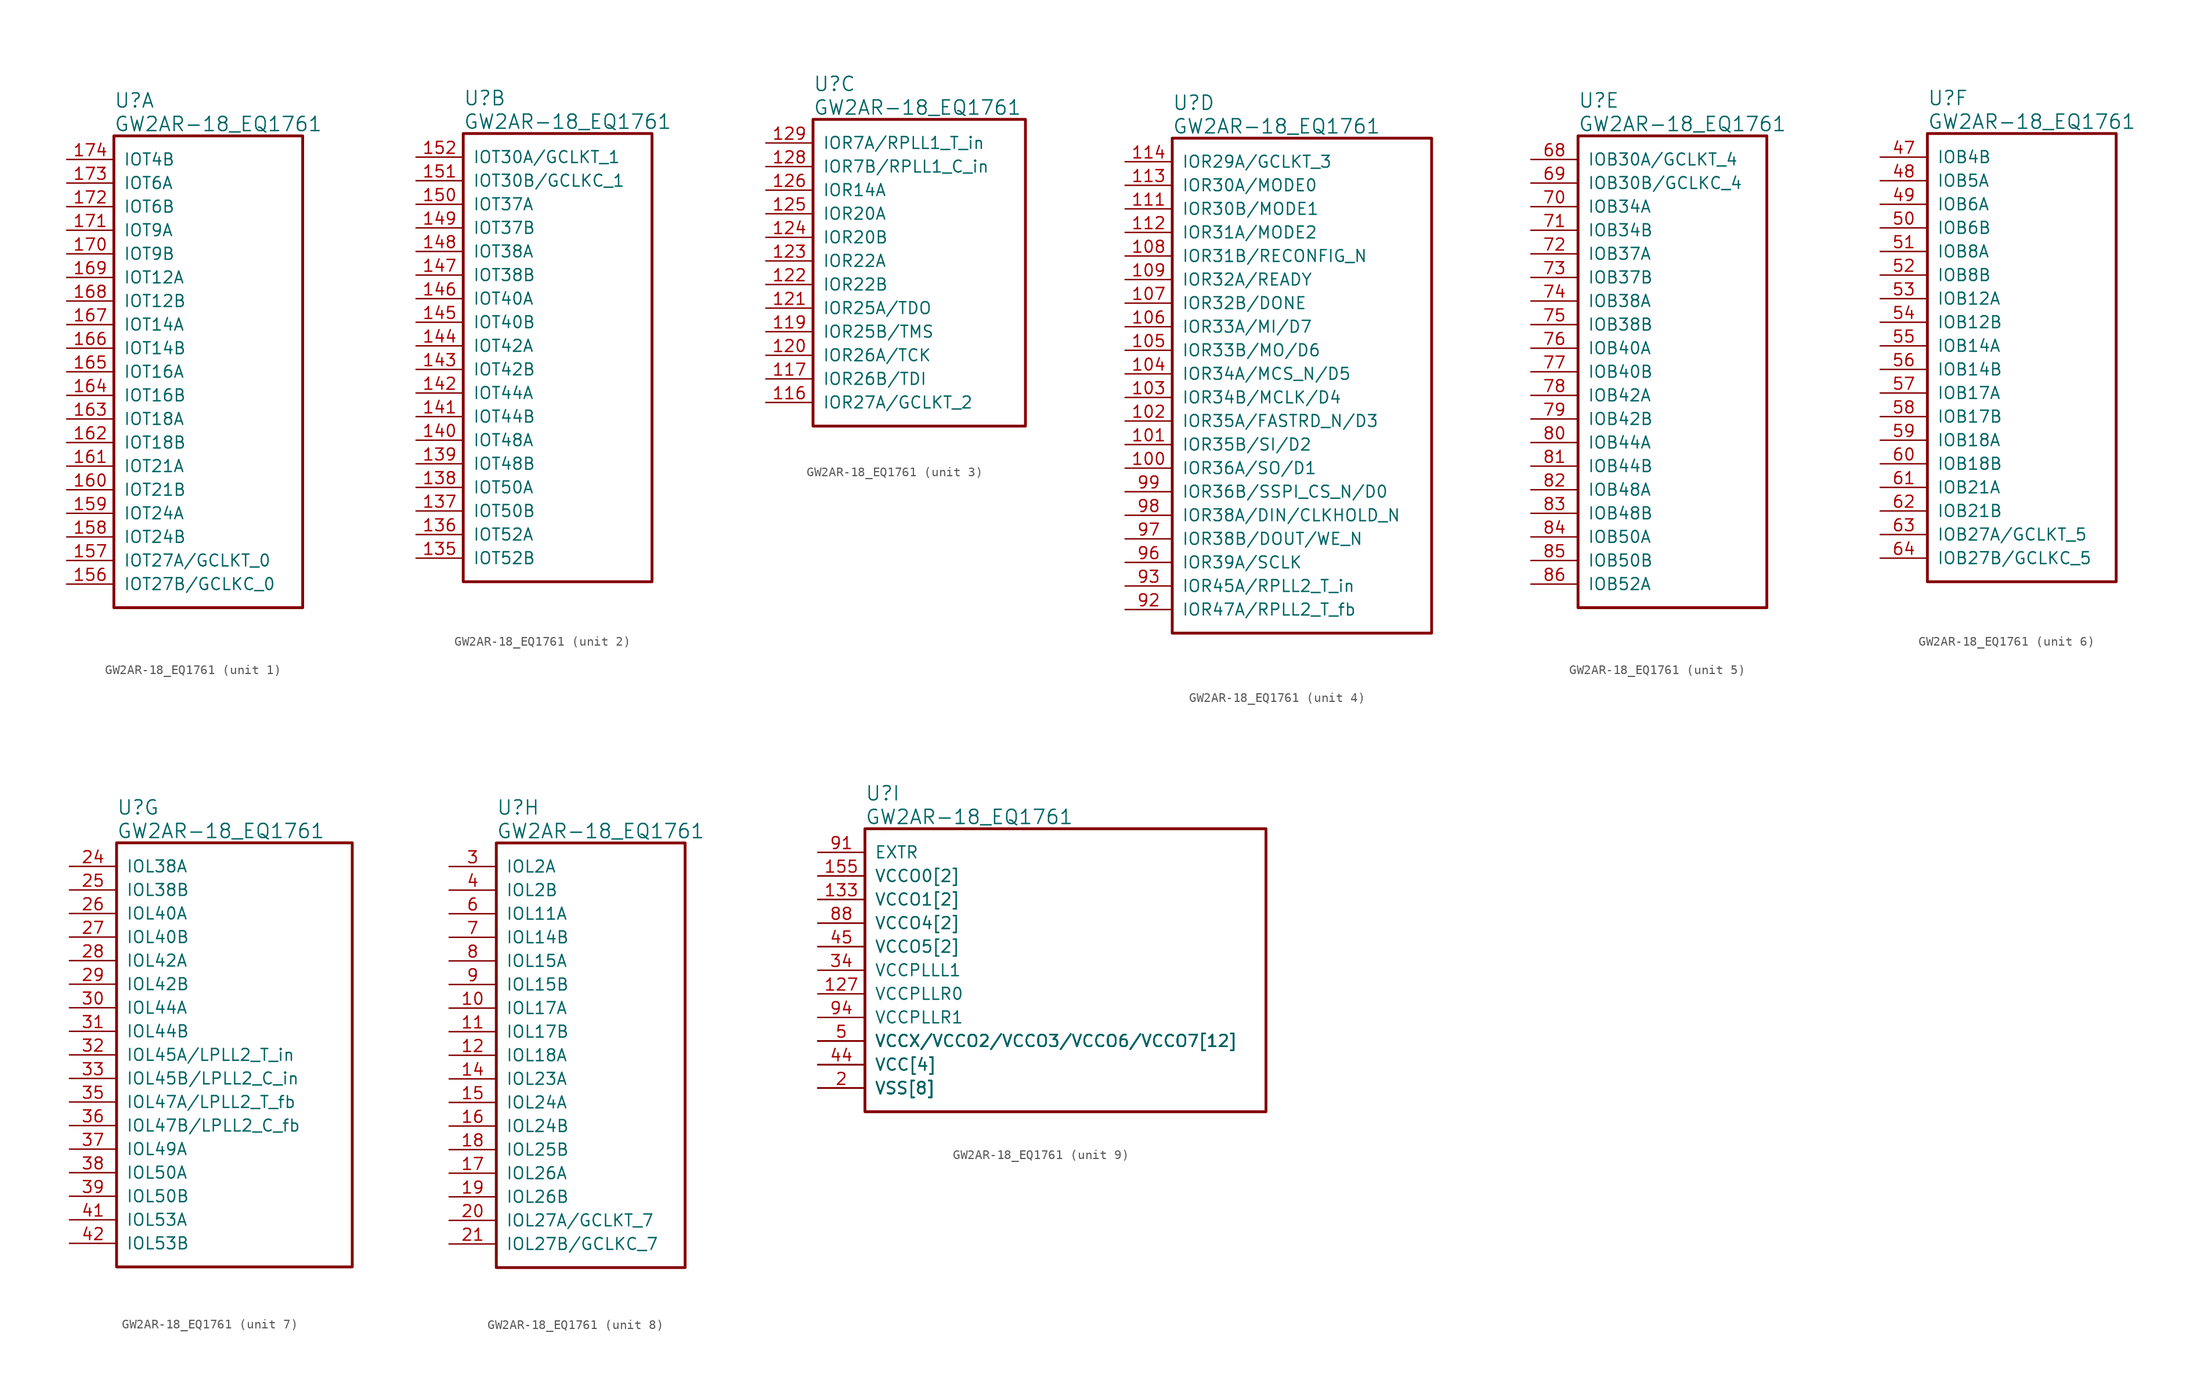
<source format=kicad_sym>
(kicad_symbol_lib
  (version 20220914)
  (generator kicad_symbol_editor)
  (symbol "GW2AR-18_EQ1761"
    (pin_names
      (offset 1.016))
    (property "Reference" "U"
      (at 5.08 6.35 0)
      (effects (font (size 1.524 1.524)) (justify left)))
    (property "Value" "GW2AR-18_EQ1761"
      (at 5.08 3.81 0)
      (effects (font (size 1.524 1.524)) (justify left)))
    (property "ki_locked" ""
      (at 0 0 0)
      (effects (font (size 1.27 1.27))))
    (symbol "GW2AR-18_EQ1761_1_1"
      (rectangle (start 5.08 2.54) (end 25.4 -48.26) (stroke (width 0.305) (type solid)) (fill (type none)))
      (pin bidirectional line (at 0 -45.72 0) (length 5.08) (name "IOT27B/GCLKC_0" (effects (font (size 1.27 1.27)))) (number "156" (effects (font (size 1.27 1.27)))))
      (pin bidirectional line (at 0 -43.18 0) (length 5.08) (name "IOT27A/GCLKT_0" (effects (font (size 1.27 1.27)))) (number "157" (effects (font (size 1.27 1.27)))))
      (pin bidirectional line (at 0 -40.64 0) (length 5.08) (name "IOT24B" (effects (font (size 1.27 1.27)))) (number "158" (effects (font (size 1.27 1.27)))))
      (pin bidirectional line (at 0 -38.1 0) (length 5.08) (name "IOT24A" (effects (font (size 1.27 1.27)))) (number "159" (effects (font (size 1.27 1.27)))))
      (pin bidirectional line (at 0 -35.56 0) (length 5.08) (name "IOT21B" (effects (font (size 1.27 1.27)))) (number "160" (effects (font (size 1.27 1.27)))))
      (pin bidirectional line (at 0 -33.02 0) (length 5.08) (name "IOT21A" (effects (font (size 1.27 1.27)))) (number "161" (effects (font (size 1.27 1.27)))))
      (pin bidirectional line (at 0 -30.48 0) (length 5.08) (name "IOT18B" (effects (font (size 1.27 1.27)))) (number "162" (effects (font (size 1.27 1.27)))))
      (pin bidirectional line (at 0 -27.94 0) (length 5.08) (name "IOT18A" (effects (font (size 1.27 1.27)))) (number "163" (effects (font (size 1.27 1.27)))))
      (pin bidirectional line (at 0 -25.4 0) (length 5.08) (name "IOT16B" (effects (font (size 1.27 1.27)))) (number "164" (effects (font (size 1.27 1.27)))))
      (pin bidirectional line (at 0 -22.86 0) (length 5.08) (name "IOT16A" (effects (font (size 1.27 1.27)))) (number "165" (effects (font (size 1.27 1.27)))))
      (pin bidirectional line (at 0 -20.32 0) (length 5.08) (name "IOT14B" (effects (font (size 1.27 1.27)))) (number "166" (effects (font (size 1.27 1.27)))))
      (pin bidirectional line (at 0 -17.78 0) (length 5.08) (name "IOT14A" (effects (font (size 1.27 1.27)))) (number "167" (effects (font (size 1.27 1.27)))))
      (pin bidirectional line (at 0 -15.24 0) (length 5.08) (name "IOT12B" (effects (font (size 1.27 1.27)))) (number "168" (effects (font (size 1.27 1.27)))))
      (pin bidirectional line (at 0 -12.7 0) (length 5.08) (name "IOT12A" (effects (font (size 1.27 1.27)))) (number "169" (effects (font (size 1.27 1.27)))))
      (pin bidirectional line (at 0 -10.16 0) (length 5.08) (name "IOT9B" (effects (font (size 1.27 1.27)))) (number "170" (effects (font (size 1.27 1.27)))))
      (pin bidirectional line (at 0 -7.62 0) (length 5.08) (name "IOT9A" (effects (font (size 1.27 1.27)))) (number "171" (effects (font (size 1.27 1.27)))))
      (pin bidirectional line (at 0 -5.08 0) (length 5.08) (name "IOT6B" (effects (font (size 1.27 1.27)))) (number "172" (effects (font (size 1.27 1.27)))))
      (pin bidirectional line (at 0 -2.54 0) (length 5.08) (name "IOT6A" (effects (font (size 1.27 1.27)))) (number "173" (effects (font (size 1.27 1.27)))))
      (pin bidirectional line (at 0 0 0) (length 5.08) (name "IOT4B" (effects (font (size 1.27 1.27)))) (number "174" (effects (font (size 1.27 1.27))))))
    (symbol "GW2AR-18_EQ1761_2_1"
      (rectangle (start 5.08 2.54) (end 25.4 -45.72) (stroke (width 0.305) (type solid)) (fill (type none)))
      (pin bidirectional line (at 0 -43.18 0) (length 5.08) (name "IOT52B" (effects (font (size 1.27 1.27)))) (number "135" (effects (font (size 1.27 1.27)))))
      (pin bidirectional line (at 0 -40.64 0) (length 5.08) (name "IOT52A" (effects (font (size 1.27 1.27)))) (number "136" (effects (font (size 1.27 1.27)))))
      (pin bidirectional line (at 0 -38.1 0) (length 5.08) (name "IOT50B" (effects (font (size 1.27 1.27)))) (number "137" (effects (font (size 1.27 1.27)))))
      (pin bidirectional line (at 0 -35.56 0) (length 5.08) (name "IOT50A" (effects (font (size 1.27 1.27)))) (number "138" (effects (font (size 1.27 1.27)))))
      (pin bidirectional line (at 0 -33.02 0) (length 5.08) (name "IOT48B" (effects (font (size 1.27 1.27)))) (number "139" (effects (font (size 1.27 1.27)))))
      (pin bidirectional line (at 0 -30.48 0) (length 5.08) (name "IOT48A" (effects (font (size 1.27 1.27)))) (number "140" (effects (font (size 1.27 1.27)))))
      (pin bidirectional line (at 0 -27.94 0) (length 5.08) (name "IOT44B" (effects (font (size 1.27 1.27)))) (number "141" (effects (font (size 1.27 1.27)))))
      (pin bidirectional line (at 0 -25.4 0) (length 5.08) (name "IOT44A" (effects (font (size 1.27 1.27)))) (number "142" (effects (font (size 1.27 1.27)))))
      (pin bidirectional line (at 0 -22.86 0) (length 5.08) (name "IOT42B" (effects (font (size 1.27 1.27)))) (number "143" (effects (font (size 1.27 1.27)))))
      (pin bidirectional line (at 0 -20.32 0) (length 5.08) (name "IOT42A" (effects (font (size 1.27 1.27)))) (number "144" (effects (font (size 1.27 1.27)))))
      (pin bidirectional line (at 0 -17.78 0) (length 5.08) (name "IOT40B" (effects (font (size 1.27 1.27)))) (number "145" (effects (font (size 1.27 1.27)))))
      (pin bidirectional line (at 0 -15.24 0) (length 5.08) (name "IOT40A" (effects (font (size 1.27 1.27)))) (number "146" (effects (font (size 1.27 1.27)))))
      (pin bidirectional line (at 0 -12.7 0) (length 5.08) (name "IOT38B" (effects (font (size 1.27 1.27)))) (number "147" (effects (font (size 1.27 1.27)))))
      (pin bidirectional line (at 0 -10.16 0) (length 5.08) (name "IOT38A" (effects (font (size 1.27 1.27)))) (number "148" (effects (font (size 1.27 1.27)))))
      (pin bidirectional line (at 0 -7.62 0) (length 5.08) (name "IOT37B" (effects (font (size 1.27 1.27)))) (number "149" (effects (font (size 1.27 1.27)))))
      (pin bidirectional line (at 0 -5.08 0) (length 5.08) (name "IOT37A" (effects (font (size 1.27 1.27)))) (number "150" (effects (font (size 1.27 1.27)))))
      (pin bidirectional line (at 0 -2.54 0) (length 5.08) (name "IOT30B/GCLKC_1" (effects (font (size 1.27 1.27)))) (number "151" (effects (font (size 1.27 1.27)))))
      (pin bidirectional line (at 0 0 0) (length 5.08) (name "IOT30A/GCLKT_1" (effects (font (size 1.27 1.27)))) (number "152" (effects (font (size 1.27 1.27))))))
    (symbol "GW2AR-18_EQ1761_3_1"
      (rectangle (start 5.08 2.54) (end 27.94 -30.48) (stroke (width 0.305) (type solid)) (fill (type none)))
      (pin bidirectional line (at 0 -27.94 0) (length 5.08) (name "IOR27A/GCLKT_2" (effects (font (size 1.27 1.27)))) (number "116" (effects (font (size 1.27 1.27)))))
      (pin bidirectional line (at 0 -25.4 0) (length 5.08) (name "IOR26B/TDI" (effects (font (size 1.27 1.27)))) (number "117" (effects (font (size 1.27 1.27)))))
      (pin bidirectional line (at 0 -20.32 0) (length 5.08) (name "IOR25B/TMS" (effects (font (size 1.27 1.27)))) (number "119" (effects (font (size 1.27 1.27)))))
      (pin bidirectional line (at 0 -22.86 0) (length 5.08) (name "IOR26A/TCK" (effects (font (size 1.27 1.27)))) (number "120" (effects (font (size 1.27 1.27)))))
      (pin bidirectional line (at 0 -17.78 0) (length 5.08) (name "IOR25A/TDO" (effects (font (size 1.27 1.27)))) (number "121" (effects (font (size 1.27 1.27)))))
      (pin bidirectional line (at 0 -15.24 0) (length 5.08) (name "IOR22B" (effects (font (size 1.27 1.27)))) (number "122" (effects (font (size 1.27 1.27)))))
      (pin bidirectional line (at 0 -12.7 0) (length 5.08) (name "IOR22A" (effects (font (size 1.27 1.27)))) (number "123" (effects (font (size 1.27 1.27)))))
      (pin bidirectional line (at 0 -10.16 0) (length 5.08) (name "IOR20B" (effects (font (size 1.27 1.27)))) (number "124" (effects (font (size 1.27 1.27)))))
      (pin bidirectional line (at 0 -7.62 0) (length 5.08) (name "IOR20A" (effects (font (size 1.27 1.27)))) (number "125" (effects (font (size 1.27 1.27)))))
      (pin bidirectional line (at 0 -5.08 0) (length 5.08) (name "IOR14A" (effects (font (size 1.27 1.27)))) (number "126" (effects (font (size 1.27 1.27)))))
      (pin bidirectional line (at 0 -2.54 0) (length 5.08) (name "IOR7B/RPLL1_C_in" (effects (font (size 1.27 1.27)))) (number "128" (effects (font (size 1.27 1.27)))))
      (pin bidirectional line (at 0 0 0) (length 5.08) (name "IOR7A/RPLL1_T_in" (effects (font (size 1.27 1.27)))) (number "129" (effects (font (size 1.27 1.27))))))
    (symbol "GW2AR-18_EQ1761_4_1"
      (rectangle (start 5.08 2.54) (end 33.02 -50.8) (stroke (width 0.305) (type solid)) (fill (type none)))
      (pin bidirectional line (at 0 -33.02 0) (length 5.08) (name "IOR36A/SO/D1" (effects (font (size 1.27 1.27)))) (number "100" (effects (font (size 1.27 1.27)))))
      (pin bidirectional line (at 0 -30.48 0) (length 5.08) (name "IOR35B/SI/D2" (effects (font (size 1.27 1.27)))) (number "101" (effects (font (size 1.27 1.27)))))
      (pin bidirectional line (at 0 -27.94 0) (length 5.08) (name "IOR35A/FASTRD_N/D3" (effects (font (size 1.27 1.27)))) (number "102" (effects (font (size 1.27 1.27)))))
      (pin bidirectional line (at 0 -25.4 0) (length 5.08) (name "IOR34B/MCLK/D4" (effects (font (size 1.27 1.27)))) (number "103" (effects (font (size 1.27 1.27)))))
      (pin bidirectional line (at 0 -22.86 0) (length 5.08) (name "IOR34A/MCS_N/D5" (effects (font (size 1.27 1.27)))) (number "104" (effects (font (size 1.27 1.27)))))
      (pin bidirectional line (at 0 -20.32 0) (length 5.08) (name "IOR33B/MO/D6" (effects (font (size 1.27 1.27)))) (number "105" (effects (font (size 1.27 1.27)))))
      (pin bidirectional line (at 0 -17.78 0) (length 5.08) (name "IOR33A/MI/D7" (effects (font (size 1.27 1.27)))) (number "106" (effects (font (size 1.27 1.27)))))
      (pin bidirectional line (at 0 -15.24 0) (length 5.08) (name "IOR32B/DONE" (effects (font (size 1.27 1.27)))) (number "107" (effects (font (size 1.27 1.27)))))
      (pin bidirectional line (at 0 -10.16 0) (length 5.08) (name "IOR31B/RECONFIG_N" (effects (font (size 1.27 1.27)))) (number "108" (effects (font (size 1.27 1.27)))))
      (pin bidirectional line (at 0 -12.7 0) (length 5.08) (name "IOR32A/READY" (effects (font (size 1.27 1.27)))) (number "109" (effects (font (size 1.27 1.27)))))
      (pin bidirectional line (at 0 -5.08 0) (length 5.08) (name "IOR30B/MODE1" (effects (font (size 1.27 1.27)))) (number "111" (effects (font (size 1.27 1.27)))))
      (pin bidirectional line (at 0 -7.62 0) (length 5.08) (name "IOR31A/MODE2" (effects (font (size 1.27 1.27)))) (number "112" (effects (font (size 1.27 1.27)))))
      (pin bidirectional line (at 0 -2.54 0) (length 5.08) (name "IOR30A/MODE0" (effects (font (size 1.27 1.27)))) (number "113" (effects (font (size 1.27 1.27)))))
      (pin bidirectional line (at 0 0 0) (length 5.08) (name "IOR29A/GCLKT_3" (effects (font (size 1.27 1.27)))) (number "114" (effects (font (size 1.27 1.27)))))
      (pin bidirectional line (at 0 -48.26 0) (length 5.08) (name "IOR47A/RPLL2_T_fb" (effects (font (size 1.27 1.27)))) (number "92" (effects (font (size 1.27 1.27)))))
      (pin bidirectional line (at 0 -45.72 0) (length 5.08) (name "IOR45A/RPLL2_T_in" (effects (font (size 1.27 1.27)))) (number "93" (effects (font (size 1.27 1.27)))))
      (pin bidirectional line (at 0 -43.18 0) (length 5.08) (name "IOR39A/SCLK" (effects (font (size 1.27 1.27)))) (number "96" (effects (font (size 1.27 1.27)))))
      (pin bidirectional line (at 0 -40.64 0) (length 5.08) (name "IOR38B/DOUT/WE_N" (effects (font (size 1.27 1.27)))) (number "97" (effects (font (size 1.27 1.27)))))
      (pin bidirectional line (at 0 -38.1 0) (length 5.08) (name "IOR38A/DIN/CLKHOLD_N" (effects (font (size 1.27 1.27)))) (number "98" (effects (font (size 1.27 1.27)))))
      (pin bidirectional line (at 0 -35.56 0) (length 5.08) (name "IOR36B/SSPI_CS_N/D0" (effects (font (size 1.27 1.27)))) (number "99" (effects (font (size 1.27 1.27))))))
    (symbol "GW2AR-18_EQ1761_5_1"
      (rectangle (start 5.08 2.54) (end 25.4 -48.26) (stroke (width 0.305) (type solid)) (fill (type none)))
      (pin bidirectional line (at 0 0 0) (length 5.08) (name "IOB30A/GCLKT_4" (effects (font (size 1.27 1.27)))) (number "68" (effects (font (size 1.27 1.27)))))
      (pin bidirectional line (at 0 -2.54 0) (length 5.08) (name "IOB30B/GCLKC_4" (effects (font (size 1.27 1.27)))) (number "69" (effects (font (size 1.27 1.27)))))
      (pin bidirectional line (at 0 -5.08 0) (length 5.08) (name "IOB34A" (effects (font (size 1.27 1.27)))) (number "70" (effects (font (size 1.27 1.27)))))
      (pin bidirectional line (at 0 -7.62 0) (length 5.08) (name "IOB34B" (effects (font (size 1.27 1.27)))) (number "71" (effects (font (size 1.27 1.27)))))
      (pin bidirectional line (at 0 -10.16 0) (length 5.08) (name "IOB37A" (effects (font (size 1.27 1.27)))) (number "72" (effects (font (size 1.27 1.27)))))
      (pin bidirectional line (at 0 -12.7 0) (length 5.08) (name "IOB37B" (effects (font (size 1.27 1.27)))) (number "73" (effects (font (size 1.27 1.27)))))
      (pin bidirectional line (at 0 -15.24 0) (length 5.08) (name "IOB38A" (effects (font (size 1.27 1.27)))) (number "74" (effects (font (size 1.27 1.27)))))
      (pin bidirectional line (at 0 -17.78 0) (length 5.08) (name "IOB38B" (effects (font (size 1.27 1.27)))) (number "75" (effects (font (size 1.27 1.27)))))
      (pin bidirectional line (at 0 -20.32 0) (length 5.08) (name "IOB40A" (effects (font (size 1.27 1.27)))) (number "76" (effects (font (size 1.27 1.27)))))
      (pin bidirectional line (at 0 -22.86 0) (length 5.08) (name "IOB40B" (effects (font (size 1.27 1.27)))) (number "77" (effects (font (size 1.27 1.27)))))
      (pin bidirectional line (at 0 -25.4 0) (length 5.08) (name "IOB42A" (effects (font (size 1.27 1.27)))) (number "78" (effects (font (size 1.27 1.27)))))
      (pin bidirectional line (at 0 -27.94 0) (length 5.08) (name "IOB42B" (effects (font (size 1.27 1.27)))) (number "79" (effects (font (size 1.27 1.27)))))
      (pin bidirectional line (at 0 -30.48 0) (length 5.08) (name "IOB44A" (effects (font (size 1.27 1.27)))) (number "80" (effects (font (size 1.27 1.27)))))
      (pin bidirectional line (at 0 -33.02 0) (length 5.08) (name "IOB44B" (effects (font (size 1.27 1.27)))) (number "81" (effects (font (size 1.27 1.27)))))
      (pin bidirectional line (at 0 -35.56 0) (length 5.08) (name "IOB48A" (effects (font (size 1.27 1.27)))) (number "82" (effects (font (size 1.27 1.27)))))
      (pin bidirectional line (at 0 -38.1 0) (length 5.08) (name "IOB48B" (effects (font (size 1.27 1.27)))) (number "83" (effects (font (size 1.27 1.27)))))
      (pin bidirectional line (at 0 -40.64 0) (length 5.08) (name "IOB50A" (effects (font (size 1.27 1.27)))) (number "84" (effects (font (size 1.27 1.27)))))
      (pin bidirectional line (at 0 -43.18 0) (length 5.08) (name "IOB50B" (effects (font (size 1.27 1.27)))) (number "85" (effects (font (size 1.27 1.27)))))
      (pin bidirectional line (at 0 -45.72 0) (length 5.08) (name "IOB52A" (effects (font (size 1.27 1.27)))) (number "86" (effects (font (size 1.27 1.27))))))
    (symbol "GW2AR-18_EQ1761_6_1"
      (rectangle (start 5.08 2.54) (end 25.4 -45.72) (stroke (width 0.305) (type solid)) (fill (type none)))
      (pin bidirectional line (at 0 0 0) (length 5.08) (name "IOB4B" (effects (font (size 1.27 1.27)))) (number "47" (effects (font (size 1.27 1.27)))))
      (pin bidirectional line (at 0 -2.54 0) (length 5.08) (name "IOB5A" (effects (font (size 1.27 1.27)))) (number "48" (effects (font (size 1.27 1.27)))))
      (pin bidirectional line (at 0 -5.08 0) (length 5.08) (name "IOB6A" (effects (font (size 1.27 1.27)))) (number "49" (effects (font (size 1.27 1.27)))))
      (pin bidirectional line (at 0 -7.62 0) (length 5.08) (name "IOB6B" (effects (font (size 1.27 1.27)))) (number "50" (effects (font (size 1.27 1.27)))))
      (pin bidirectional line (at 0 -10.16 0) (length 5.08) (name "IOB8A" (effects (font (size 1.27 1.27)))) (number "51" (effects (font (size 1.27 1.27)))))
      (pin bidirectional line (at 0 -12.7 0) (length 5.08) (name "IOB8B" (effects (font (size 1.27 1.27)))) (number "52" (effects (font (size 1.27 1.27)))))
      (pin bidirectional line (at 0 -15.24 0) (length 5.08) (name "IOB12A" (effects (font (size 1.27 1.27)))) (number "53" (effects (font (size 1.27 1.27)))))
      (pin bidirectional line (at 0 -17.78 0) (length 5.08) (name "IOB12B" (effects (font (size 1.27 1.27)))) (number "54" (effects (font (size 1.27 1.27)))))
      (pin bidirectional line (at 0 -20.32 0) (length 5.08) (name "IOB14A" (effects (font (size 1.27 1.27)))) (number "55" (effects (font (size 1.27 1.27)))))
      (pin bidirectional line (at 0 -22.86 0) (length 5.08) (name "IOB14B" (effects (font (size 1.27 1.27)))) (number "56" (effects (font (size 1.27 1.27)))))
      (pin bidirectional line (at 0 -25.4 0) (length 5.08) (name "IOB17A" (effects (font (size 1.27 1.27)))) (number "57" (effects (font (size 1.27 1.27)))))
      (pin bidirectional line (at 0 -27.94 0) (length 5.08) (name "IOB17B" (effects (font (size 1.27 1.27)))) (number "58" (effects (font (size 1.27 1.27)))))
      (pin bidirectional line (at 0 -30.48 0) (length 5.08) (name "IOB18A" (effects (font (size 1.27 1.27)))) (number "59" (effects (font (size 1.27 1.27)))))
      (pin bidirectional line (at 0 -33.02 0) (length 5.08) (name "IOB18B" (effects (font (size 1.27 1.27)))) (number "60" (effects (font (size 1.27 1.27)))))
      (pin bidirectional line (at 0 -35.56 0) (length 5.08) (name "IOB21A" (effects (font (size 1.27 1.27)))) (number "61" (effects (font (size 1.27 1.27)))))
      (pin bidirectional line (at 0 -38.1 0) (length 5.08) (name "IOB21B" (effects (font (size 1.27 1.27)))) (number "62" (effects (font (size 1.27 1.27)))))
      (pin bidirectional line (at 0 -40.64 0) (length 5.08) (name "IOB27A/GCLKT_5" (effects (font (size 1.27 1.27)))) (number "63" (effects (font (size 1.27 1.27)))))
      (pin bidirectional line (at 0 -43.18 0) (length 5.08) (name "IOB27B/GCLKC_5" (effects (font (size 1.27 1.27)))) (number "64" (effects (font (size 1.27 1.27))))))
    (symbol "GW2AR-18_EQ1761_7_1"
      (rectangle (start 5.08 2.54) (end 30.48 -43.18) (stroke (width 0.305) (type solid)) (fill (type none)))
      (pin bidirectional line (at 0 0 0) (length 5.08) (name "IOL38A" (effects (font (size 1.27 1.27)))) (number "24" (effects (font (size 1.27 1.27)))))
      (pin bidirectional line (at 0 -2.54 0) (length 5.08) (name "IOL38B" (effects (font (size 1.27 1.27)))) (number "25" (effects (font (size 1.27 1.27)))))
      (pin bidirectional line (at 0 -5.08 0) (length 5.08) (name "IOL40A" (effects (font (size 1.27 1.27)))) (number "26" (effects (font (size 1.27 1.27)))))
      (pin bidirectional line (at 0 -7.62 0) (length 5.08) (name "IOL40B" (effects (font (size 1.27 1.27)))) (number "27" (effects (font (size 1.27 1.27)))))
      (pin bidirectional line (at 0 -10.16 0) (length 5.08) (name "IOL42A" (effects (font (size 1.27 1.27)))) (number "28" (effects (font (size 1.27 1.27)))))
      (pin bidirectional line (at 0 -12.7 0) (length 5.08) (name "IOL42B" (effects (font (size 1.27 1.27)))) (number "29" (effects (font (size 1.27 1.27)))))
      (pin bidirectional line (at 0 -15.24 0) (length 5.08) (name "IOL44A" (effects (font (size 1.27 1.27)))) (number "30" (effects (font (size 1.27 1.27)))))
      (pin bidirectional line (at 0 -17.78 0) (length 5.08) (name "IOL44B" (effects (font (size 1.27 1.27)))) (number "31" (effects (font (size 1.27 1.27)))))
      (pin bidirectional line (at 0 -20.32 0) (length 5.08) (name "IOL45A/LPLL2_T_in" (effects (font (size 1.27 1.27)))) (number "32" (effects (font (size 1.27 1.27)))))
      (pin bidirectional line (at 0 -22.86 0) (length 5.08) (name "IOL45B/LPLL2_C_in" (effects (font (size 1.27 1.27)))) (number "33" (effects (font (size 1.27 1.27)))))
      (pin bidirectional line (at 0 -25.4 0) (length 5.08) (name "IOL47A/LPLL2_T_fb" (effects (font (size 1.27 1.27)))) (number "35" (effects (font (size 1.27 1.27)))))
      (pin bidirectional line (at 0 -27.94 0) (length 5.08) (name "IOL47B/LPLL2_C_fb" (effects (font (size 1.27 1.27)))) (number "36" (effects (font (size 1.27 1.27)))))
      (pin bidirectional line (at 0 -30.48 0) (length 5.08) (name "IOL49A" (effects (font (size 1.27 1.27)))) (number "37" (effects (font (size 1.27 1.27)))))
      (pin bidirectional line (at 0 -33.02 0) (length 5.08) (name "IOL50A" (effects (font (size 1.27 1.27)))) (number "38" (effects (font (size 1.27 1.27)))))
      (pin bidirectional line (at 0 -35.56 0) (length 5.08) (name "IOL50B" (effects (font (size 1.27 1.27)))) (number "39" (effects (font (size 1.27 1.27)))))
      (pin bidirectional line (at 0 -38.1 0) (length 5.08) (name "IOL53A" (effects (font (size 1.27 1.27)))) (number "41" (effects (font (size 1.27 1.27)))))
      (pin bidirectional line (at 0 -40.64 0) (length 5.08) (name "IOL53B" (effects (font (size 1.27 1.27)))) (number "42" (effects (font (size 1.27 1.27))))))
    (symbol "GW2AR-18_EQ1761_8_1"
      (rectangle (start 5.08 2.54) (end 25.4 -43.18) (stroke (width 0.305) (type solid)) (fill (type none)))
      (pin bidirectional line (at 0 -15.24 0) (length 5.08) (name "IOL17A" (effects (font (size 1.27 1.27)))) (number "10" (effects (font (size 1.27 1.27)))))
      (pin bidirectional line (at 0 -17.78 0) (length 5.08) (name "IOL17B" (effects (font (size 1.27 1.27)))) (number "11" (effects (font (size 1.27 1.27)))))
      (pin bidirectional line (at 0 -20.32 0) (length 5.08) (name "IOL18A" (effects (font (size 1.27 1.27)))) (number "12" (effects (font (size 1.27 1.27)))))
      (pin bidirectional line (at 0 -22.86 0) (length 5.08) (name "IOL23A" (effects (font (size 1.27 1.27)))) (number "14" (effects (font (size 1.27 1.27)))))
      (pin bidirectional line (at 0 -25.4 0) (length 5.08) (name "IOL24A" (effects (font (size 1.27 1.27)))) (number "15" (effects (font (size 1.27 1.27)))))
      (pin bidirectional line (at 0 -27.94 0) (length 5.08) (name "IOL24B" (effects (font (size 1.27 1.27)))) (number "16" (effects (font (size 1.27 1.27)))))
      (pin bidirectional line (at 0 -33.02 0) (length 5.08) (name "IOL26A" (effects (font (size 1.27 1.27)))) (number "17" (effects (font (size 1.27 1.27)))))
      (pin bidirectional line (at 0 -30.48 0) (length 5.08) (name "IOL25B" (effects (font (size 1.27 1.27)))) (number "18" (effects (font (size 1.27 1.27)))))
      (pin bidirectional line (at 0 -35.56 0) (length 5.08) (name "IOL26B" (effects (font (size 1.27 1.27)))) (number "19" (effects (font (size 1.27 1.27)))))
      (pin bidirectional line (at 0 -38.1 0) (length 5.08) (name "IOL27A/GCLKT_7" (effects (font (size 1.27 1.27)))) (number "20" (effects (font (size 1.27 1.27)))))
      (pin bidirectional line (at 0 -40.64 0) (length 5.08) (name "IOL27B/GCLKC_7" (effects (font (size 1.27 1.27)))) (number "21" (effects (font (size 1.27 1.27)))))
      (pin bidirectional line (at 0 0 0) (length 5.08) (name "IOL2A" (effects (font (size 1.27 1.27)))) (number "3" (effects (font (size 1.27 1.27)))))
      (pin bidirectional line (at 0 -2.54 0) (length 5.08) (name "IOL2B" (effects (font (size 1.27 1.27)))) (number "4" (effects (font (size 1.27 1.27)))))
      (pin bidirectional line (at 0 -5.08 0) (length 5.08) (name "IOL11A" (effects (font (size 1.27 1.27)))) (number "6" (effects (font (size 1.27 1.27)))))
      (pin bidirectional line (at 0 -7.62 0) (length 5.08) (name "IOL14B" (effects (font (size 1.27 1.27)))) (number "7" (effects (font (size 1.27 1.27)))))
      (pin bidirectional line (at 0 -10.16 0) (length 5.08) (name "IOL15A" (effects (font (size 1.27 1.27)))) (number "8" (effects (font (size 1.27 1.27)))))
      (pin bidirectional line (at 0 -12.7 0) (length 5.08) (name "IOL15B" (effects (font (size 1.27 1.27)))) (number "9" (effects (font (size 1.27 1.27))))))
    (symbol "GW2AR-18_EQ1761_9_1"
      (rectangle (start 5.08 2.54) (end 48.26 -27.94) (stroke (width 0.305) (type solid)) (fill (type none)))
      (pin power_in line (at 0 -22.86 0) (length 5.08) (name "VCC[4]" (effects (font (size 1.27 1.27)))) (number "1" (effects (font (size 0 0)))))
      (pin power_in line (at 0 -20.32 0) (length 5.08) (name "VCCX/VCCO2/VCCO3/VCCO6/VCCO7[12]" (effects (font (size 1.27 1.27)))) (number "110" (effects (font (size 0 0)))))
      (pin power_in line (at 0 -20.32 0) (length 5.08) (name "VCCX/VCCO2/VCCO3/VCCO6/VCCO7[12]" (effects (font (size 1.27 1.27)))) (number "115" (effects (font (size 0 0)))))
      (pin power_in line (at 0 -20.32 0) (length 5.08) (name "VCCX/VCCO2/VCCO3/VCCO6/VCCO7[12]" (effects (font (size 1.27 1.27)))) (number "118" (effects (font (size 0 0)))))
      (pin power_in line (at 0 -15.24 0) (length 5.08) (name "VCCPLLR0" (effects (font (size 1.27 1.27)))) (number "127" (effects (font (size 1.27 1.27)))))
      (pin power_in line (at 0 -20.32 0) (length 5.08) (name "VCCX/VCCO2/VCCO3/VCCO6/VCCO7[12]" (effects (font (size 1.27 1.27)))) (number "13" (effects (font (size 0 0)))))
      (pin power_in line (at 0 -20.32 0) (length 5.08) (name "VCCX/VCCO2/VCCO3/VCCO6/VCCO7[12]" (effects (font (size 1.27 1.27)))) (number "130" (effects (font (size 0 0)))))
      (pin power_in line (at 0 -25.4 0) (length 5.08) (name "VSS[8]" (effects (font (size 1.27 1.27)))) (number "131" (effects (font (size 0 0)))))
      (pin power_in line (at 0 -22.86 0) (length 5.08) (name "VCC[4]" (effects (font (size 1.27 1.27)))) (number "132" (effects (font (size 0 0)))))
      (pin power_in line (at 0 -5.08 0) (length 5.08) (name "VCCO1[2]" (effects (font (size 1.27 1.27)))) (number "133" (effects (font (size 1.27 1.27)))))
      (pin power_in line (at 0 -25.4 0) (length 5.08) (name "VSS[8]" (effects (font (size 1.27 1.27)))) (number "134" (effects (font (size 0 0)))))
      (pin power_in line (at 0 -5.08 0) (length 5.08) (name "VCCO1[2]" (effects (font (size 1.27 1.27)))) (number "153" (effects (font (size 0 0)))))
      (pin power_in line (at 0 -20.32 0) (length 5.08) (name "VCCX/VCCO2/VCCO3/VCCO6/VCCO7[12]" (effects (font (size 1.27 1.27)))) (number "154" (effects (font (size 0 0)))))
      (pin power_in line (at 0 -2.54 0) (length 5.08) (name "VCCO0[2]" (effects (font (size 1.27 1.27)))) (number "155" (effects (font (size 1.27 1.27)))))
      (pin power_in line (at 0 -25.4 0) (length 5.08) (name "VSS[8]" (effects (font (size 1.27 1.27)))) (number "175" (effects (font (size 0 0)))))
      (pin power_in line (at 0 -2.54 0) (length 5.08) (name "VCCO0[2]" (effects (font (size 1.27 1.27)))) (number "176" (effects (font (size 0 0)))))
      (pin power_in line (at 0 -25.4 0) (length 5.08) (name "VSS[8]" (effects (font (size 1.27 1.27)))) (number "2" (effects (font (size 1.27 1.27)))))
      (pin power_in line (at 0 -20.32 0) (length 5.08) (name "VCCX/VCCO2/VCCO3/VCCO6/VCCO7[12]" (effects (font (size 1.27 1.27)))) (number "22" (effects (font (size 0 0)))))
      (pin power_in line (at 0 -20.32 0) (length 5.08) (name "VCCX/VCCO2/VCCO3/VCCO6/VCCO7[12]" (effects (font (size 1.27 1.27)))) (number "23" (effects (font (size 0 0)))))
      (pin power_in line (at 0 -12.7 0) (length 5.08) (name "VCCPLLL1" (effects (font (size 1.27 1.27)))) (number "34" (effects (font (size 1.27 1.27)))))
      (pin power_in line (at 0 -20.32 0) (length 5.08) (name "VCCX/VCCO2/VCCO3/VCCO6/VCCO7[12]" (effects (font (size 1.27 1.27)))) (number "40" (effects (font (size 0 0)))))
      (pin power_in line (at 0 -25.4 0) (length 5.08) (name "VSS[8]" (effects (font (size 1.27 1.27)))) (number "43" (effects (font (size 0 0)))))
      (pin power_in line (at 0 -22.86 0) (length 5.08) (name "VCC[4]" (effects (font (size 1.27 1.27)))) (number "44" (effects (font (size 1.27 1.27)))))
      (pin power_in line (at 0 -10.16 0) (length 5.08) (name "VCCO5[2]" (effects (font (size 1.27 1.27)))) (number "45" (effects (font (size 1.27 1.27)))))
      (pin power_in line (at 0 -25.4 0) (length 5.08) (name "VSS[8]" (effects (font (size 1.27 1.27)))) (number "46" (effects (font (size 0 0)))))
      (pin power_in line (at 0 -20.32 0) (length 5.08) (name "VCCX/VCCO2/VCCO3/VCCO6/VCCO7[12]" (effects (font (size 1.27 1.27)))) (number "5" (effects (font (size 1.27 1.27)))))
      (pin power_in line (at 0 -10.16 0) (length 5.08) (name "VCCO5[2]" (effects (font (size 1.27 1.27)))) (number "65" (effects (font (size 0 0)))))
      (pin power_in line (at 0 -20.32 0) (length 5.08) (name "VCCX/VCCO2/VCCO3/VCCO6/VCCO7[12]" (effects (font (size 1.27 1.27)))) (number "66" (effects (font (size 0 0)))))
      (pin power_in line (at 0 -7.62 0) (length 5.08) (name "VCCO4[2]" (effects (font (size 1.27 1.27)))) (number "67" (effects (font (size 0 0)))))
      (pin power_in line (at 0 -25.4 0) (length 5.08) (name "VSS[8]" (effects (font (size 1.27 1.27)))) (number "87" (effects (font (size 0 0)))))
      (pin power_in line (at 0 -7.62 0) (length 5.08) (name "VCCO4[2]" (effects (font (size 1.27 1.27)))) (number "88" (effects (font (size 1.27 1.27)))))
      (pin power_in line (at 0 -22.86 0) (length 5.08) (name "VCC[4]" (effects (font (size 1.27 1.27)))) (number "89" (effects (font (size 0 0)))))
      (pin power_in line (at 0 -25.4 0) (length 5.08) (name "VSS[8]" (effects (font (size 1.27 1.27)))) (number "90" (effects (font (size 0 0)))))
      (pin power_in line (at 0 0 0) (length 5.08) (name "EXTR" (effects (font (size 1.27 1.27)))) (number "91" (effects (font (size 1.27 1.27)))))
      (pin power_in line (at 0 -17.78 0) (length 5.08) (name "VCCPLLR1" (effects (font (size 1.27 1.27)))) (number "94" (effects (font (size 1.27 1.27)))))
      (pin power_in line (at 0 -20.32 0) (length 5.08) (name "VCCX/VCCO2/VCCO3/VCCO6/VCCO7[12]" (effects (font (size 1.27 1.27)))) (number "95" (effects (font (size 0 0))))))))
</source>
